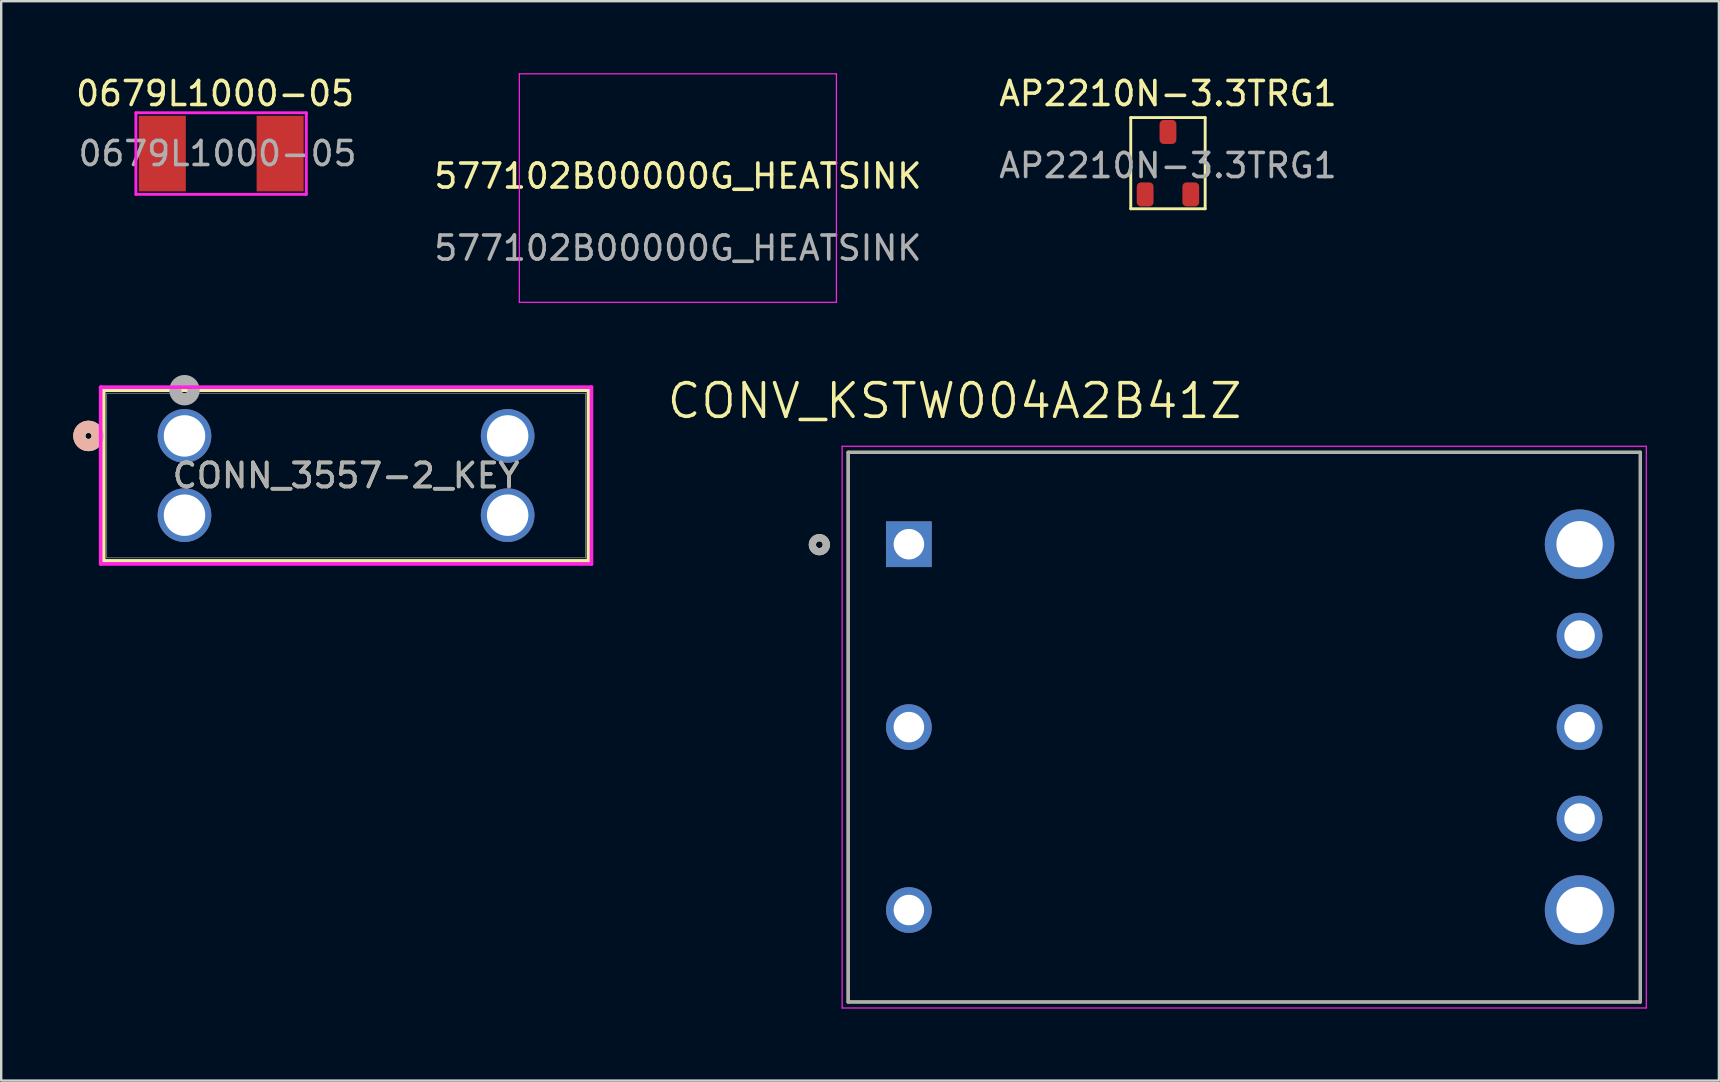
<source format=kicad_pcb>
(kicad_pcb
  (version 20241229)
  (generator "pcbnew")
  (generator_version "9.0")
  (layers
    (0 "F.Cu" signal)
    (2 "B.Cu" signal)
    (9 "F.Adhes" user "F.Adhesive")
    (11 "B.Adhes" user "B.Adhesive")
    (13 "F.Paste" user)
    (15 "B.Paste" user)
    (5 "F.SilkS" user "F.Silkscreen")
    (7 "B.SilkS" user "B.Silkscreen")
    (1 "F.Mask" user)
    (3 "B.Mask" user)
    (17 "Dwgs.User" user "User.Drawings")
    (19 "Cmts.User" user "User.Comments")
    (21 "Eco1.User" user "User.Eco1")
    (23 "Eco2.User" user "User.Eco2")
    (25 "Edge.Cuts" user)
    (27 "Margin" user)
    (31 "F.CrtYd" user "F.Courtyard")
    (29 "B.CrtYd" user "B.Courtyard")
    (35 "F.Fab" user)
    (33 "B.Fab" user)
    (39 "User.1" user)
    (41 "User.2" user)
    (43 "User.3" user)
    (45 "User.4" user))
  (footprint "CONV_KSTW004A2B41Z"
    (layer "F.Cu")
    (at 48.783 27.241)
    (property "Reference" "CONV_KSTW004A2B41Z" (at -12.065 -13.589 0) (layer "F.SilkS") (effects (font (size 1.4 1.4) (thickness 0.15))))
    (attr through_hole)
    (fp_line (start -16.5 -11.45) (end 16.5 -11.45) (stroke (width 0.127) (type solid)) (layer "F.SilkS"))
    (fp_line (start -16.5 11.45) (end -16.5 -11.45) (stroke (width 0.127) (type solid)) (layer "F.SilkS"))
    (fp_line (start 16.5 -11.45) (end 16.5 11.45) (stroke (width 0.127) (type solid)) (layer "F.SilkS"))
    (fp_line (start 16.5 11.45) (end -16.5 11.45) (stroke (width 0.127) (type solid)) (layer "F.SilkS"))
    (fp_circle (center -17.7 -7.6) (end -17.559 -7.6) (stroke (width 0.3) (type solid)) (fill no) (layer "F.SilkS"))
    (fp_line (start -16.75 -11.7) (end 16.75 -11.7) (stroke (width 0.05) (type solid)) (layer "F.CrtYd"))
    (fp_line (start -16.75 11.7) (end -16.75 -11.7) (stroke (width 0.05) (type solid)) (layer "F.CrtYd"))
    (fp_line (start 16.75 -11.7) (end 16.75 11.7) (stroke (width 0.05) (type solid)) (layer "F.CrtYd"))
    (fp_line (start 16.75 11.7) (end -16.75 11.7) (stroke (width 0.05) (type solid)) (layer "F.CrtYd"))
    (fp_line (start -16.5 -11.45) (end 16.5 -11.45) (stroke (width 0.127) (type solid)) (layer "F.Fab"))
    (fp_line (start -16.5 11.45) (end -16.5 -11.45) (stroke (width 0.127) (type solid)) (layer "F.Fab"))
    (fp_line (start 16.5 -11.45) (end 16.5 11.45) (stroke (width 0.127) (type solid)) (layer "F.Fab"))
    (fp_line (start 16.5 11.45) (end -16.5 11.45) (stroke (width 0.127) (type solid)) (layer "F.Fab"))
    (fp_circle (center -17.7 -7.6) (end -17.559 -7.6) (stroke (width 0.3) (type solid)) (fill no) (layer "F.Fab"))
    (pad "1" thru_hole rect (at -13.97 -7.62) (size 1.905 1.905) (drill 1.27) (layers "*.Cu" "*.Mask"))
    (pad "2" thru_hole circle (at -13.97 0) (size 1.905 1.905) (drill 1.27) (layers "*.Cu" "*.Mask"))
    (pad "3" thru_hole circle (at -13.97 7.62) (size 1.905 1.905) (drill 1.27) (layers "*.Cu" "*.Mask"))
    (pad "4" thru_hole circle (at 13.97 7.62) (size 2.896 2.896) (drill 1.93) (layers "*.Cu" "*.Mask"))
    (pad "5" thru_hole circle (at 13.97 3.81) (size 1.905 1.905) (drill 1.27) (layers "*.Cu" "*.Mask"))
    (pad "6" thru_hole circle (at 13.97 0) (size 1.905 1.905) (drill 1.27) (layers "*.Cu" "*.Mask"))
    (pad "7" thru_hole circle (at 13.97 -3.81) (size 1.905 1.905) (drill 1.27) (layers "*.Cu" "*.Mask"))
    (pad "8" thru_hole circle (at 13.97 -7.62) (size 2.896 2.896) (drill 1.93) (layers "*.Cu" "*.Mask"))
    (zone (net_name "") (layer "F.Cu") (hatch full 0.508) (connect_pads) (min_thickness 0.01) (filled_areas_thickness no) (keepout (tracks not_allowed) (vias not_allowed) (pads not_allowed) (copperpour not_allowed) (footprints allowed)) (placement (enabled no)) (fill) (polygon (pts (xy 37.283 15.791) (xy 42.583 15.791) (xy 42.583 19.191) (xy 37.283 19.191))))
    (zone (net_name "") (layer "F.Cu") (hatch full 0.508) (connect_pads) (min_thickness 0.01) (filled_areas_thickness no) (keepout (tracks not_allowed) (vias not_allowed) (pads not_allowed) (copperpour not_allowed) (footprints allowed)) (placement (enabled no)) (fill) (polygon (pts (xy 42.583 15.791) (xy 51.783 15.791) (xy 51.783 35.891) (xy 42.583 35.891))))
    (zone (net_name "") (layer "F.Cu") (hatch full 0.508) (connect_pads) (min_thickness 0.01) (filled_areas_thickness no) (keepout (tracks not_allowed) (vias not_allowed) (pads not_allowed) (copperpour not_allowed) (footprints allowed)) (placement (enabled no)) (fill) (polygon (pts (xy 51.783 15.791) (xy 60.183 15.791) (xy 60.183 20.591) (xy 51.783 20.591))))
    (zone (net_name "") (layers "F.Cu" "B.Cu") (hatch full 0.508) (connect_pads) (min_thickness 0.01) (filled_areas_thickness no) (keepout (tracks allowed) (vias not_allowed) (pads allowed) (copperpour allowed) (footprints allowed)) (placement (enabled no)) (fill) (polygon (pts (xy 37.283 15.791) (xy 42.583 15.791) (xy 42.583 19.191) (xy 37.283 19.191))))
    (zone (net_name "") (layers "F.Cu" "B.Cu") (hatch full 0.508) (connect_pads) (min_thickness 0.01) (filled_areas_thickness no) (keepout (tracks allowed) (vias not_allowed) (pads allowed) (copperpour allowed) (footprints allowed)) (placement (enabled no)) (fill) (polygon (pts (xy 42.583 15.791) (xy 51.783 15.791) (xy 51.783 35.891) (xy 42.583 35.891))))
    (zone (net_name "") (layers "F.Cu" "B.Cu") (hatch full 0.508) (connect_pads) (min_thickness 0.01) (filled_areas_thickness no) (keepout (tracks allowed) (vias not_allowed) (pads allowed) (copperpour allowed) (footprints allowed)) (placement (enabled no)) (fill) (polygon (pts (xy 51.783 15.791) (xy 60.183 15.791) (xy 60.183 20.591) (xy 51.783 20.591))))
    (zone (net_name "") (layer "B.Cu") (hatch full 0.508) (connect_pads) (min_thickness 0.01) (filled_areas_thickness no) (keepout (tracks not_allowed) (vias not_allowed) (pads not_allowed) (copperpour not_allowed) (footprints allowed)) (placement (enabled no)) (fill) (polygon (pts (xy 37.283 15.791) (xy 42.583 15.791) (xy 42.583 19.191) (xy 37.283 19.191))))
    (zone (net_name "") (layer "B.Cu") (hatch full 0.508) (connect_pads) (min_thickness 0.01) (filled_areas_thickness no) (keepout (tracks not_allowed) (vias not_allowed) (pads not_allowed) (copperpour not_allowed) (footprints allowed)) (placement (enabled no)) (fill) (polygon (pts (xy 42.583 15.791) (xy 51.783 15.791) (xy 51.783 35.891) (xy 42.583 35.891))))
    (zone (net_name "") (layer "B.Cu") (hatch full 0.508) (connect_pads) (min_thickness 0.01) (filled_areas_thickness no) (keepout (tracks not_allowed) (vias not_allowed) (pads not_allowed) (copperpour not_allowed) (footprints allowed)) (placement (enabled no)) (fill) (polygon (pts (xy 51.783 15.791) (xy 60.183 15.791) (xy 60.183 20.591) (xy 51.783 20.591)))))
  (footprint "0679L1000-05"
    (layer "F.Cu")
    (at 3.711 3.348)
    (property "Reference" "0679L1000-05" (at 2.2 -2.5 0) (unlocked yes) (layer "F.SilkS") (effects (font (size 1 1) (thickness 0.15))))
    (attr smd)
    (fp_line (start -1.1 -1.7) (end -1.1 1.7) (stroke (width 0.12) (type solid)) (layer "F.CrtYd"))
    (fp_line (start -1.1 1.7) (end 6 1.7) (stroke (width 0.12) (type solid)) (layer "F.CrtYd"))
    (fp_line (start 6 -1.7) (end -1.1 -1.7) (stroke (width 0.12) (type solid)) (layer "F.CrtYd"))
    (fp_line (start 6 -1.7) (end 6 1.7) (stroke (width 0.12) (type solid)) (layer "F.CrtYd"))
    (fp_text user "${REFERENCE}" (at 2.3 0 0) (unlocked yes) (layer "F.Fab") (effects (font (size 1 1) (thickness 0.15))))
    (pad "1" smd rect (at 0 0) (size 1.96 3.15) (layers "F.Cu" "F.Mask" "F.Paste"))
    (pad "2" smd rect (at 4.91 0) (size 1.96 3.15) (layers "F.Cu" "F.Mask" "F.Paste")))
  (footprint "577102B00000G_HEATSINK"
    (layer "F.Cu")
    (at 25.189 4.785)
    (property "Reference" "577102B00000G_HEATSINK" (at 0 -0.5 0) (unlocked yes) (layer "F.SilkS") (effects (font (size 1 1) (thickness 0.15))))
    (attr smd)
    (fp_line (start -6.605 -4.76) (end 6.605 -4.76) (stroke (width 0.05) (type solid)) (layer "F.CrtYd"))
    (fp_line (start -6.605 4.76) (end -6.605 -4.76) (stroke (width 0.05) (type solid)) (layer "F.CrtYd"))
    (fp_line (start 6.605 -4.76) (end 6.605 4.76) (stroke (width 0.05) (type solid)) (layer "F.CrtYd"))
    (fp_line (start 6.605 4.76) (end -6.605 4.76) (stroke (width 0.05) (type solid)) (layer "F.CrtYd"))
    (fp_text user "${REFERENCE}" (at 0 2.5 0) (unlocked yes) (layer "F.Fab") (effects (font (size 1 1) (thickness 0.15)))))
  (footprint "AP2210N-3.3TRG1"
    (layer "F.Cu")
    (at 45.606 2.448)
    (property "Reference" "AP2210N-3.3TRG1" (at 0 -1.6 0) (unlocked yes) (layer "F.SilkS") (effects (font (size 1 1) (thickness 0.15))))
    (attr smd)
    (fp_line (start -1.55 -0.6) (end -1.55 3.2) (stroke (width 0.12) (type solid)) (layer "F.SilkS"))
    (fp_line (start -1.55 -0.6) (end 1.55 -0.6) (stroke (width 0.12) (type solid)) (layer "F.SilkS"))
    (fp_line (start -1.55 3.2) (end 1.55 3.2) (stroke (width 0.12) (type solid)) (layer "F.SilkS"))
    (fp_line (start 1.55 3.2) (end 1.55 -0.6) (stroke (width 0.12) (type solid)) (layer "F.SilkS"))
    (fp_text user "${REFERENCE}" (at 0 1.4 0) (unlocked yes) (layer "F.Fab") (effects (font (size 1 1) (thickness 0.15))))
    (pad "1" smd roundrect (at -0.95 2.6) (size 0.7 1) (layers "F.Cu" "F.Mask" "F.Paste") (roundrect_rratio 0.25))
    (pad "2" smd roundrect (at 0.95 2.6) (size 0.7 1) (layers "F.Cu" "F.Mask" "F.Paste") (roundrect_rratio 0.25))
    (pad "3" smd roundrect (at 0 0) (size 0.7 1) (layers "F.Cu" "F.Mask" "F.Paste") (roundrect_rratio 0.25)))
  (footprint "CONN_3557-2_KEY"
    (layer "F.Cu")
    (at 4.636 15.11)
    (property "Reference" "CONN_3557-2_KEY" (at 6.731 1.651 0) (unlocked yes) (layer "F.SilkS") (effects (font (size 1 1) (thickness 0.15))))
    (attr through_hole)
    (fp_line (start -3.365 -1.905) (end -3.365 5.207) (stroke (width 0.152) (type solid)) (layer "F.SilkS"))
    (fp_line (start -3.365 5.207) (end 16.828 5.207) (stroke (width 0.152) (type solid)) (layer "F.SilkS"))
    (fp_line (start 16.828 -1.905) (end -3.365 -1.905) (stroke (width 0.152) (type solid)) (layer "F.SilkS"))
    (fp_line (start 16.828 5.207) (end 16.828 -1.905) (stroke (width 0.152) (type solid)) (layer "F.SilkS"))
    (fp_circle (center -4 0) (end -3.619 0) (stroke (width 0.508) (type solid)) (fill no) (layer "F.SilkS"))
    (fp_circle (center -4 0) (end -3.619 0) (stroke (width 0.508) (type solid)) (fill no) (layer "B.SilkS"))
    (fp_line (start -3.493 -2.032) (end -3.493 5.334) (stroke (width 0.152) (type solid)) (layer "F.CrtYd"))
    (fp_line (start -3.493 5.334) (end 16.954 5.334) (stroke (width 0.152) (type solid)) (layer "F.CrtYd"))
    (fp_line (start 16.954 -2.032) (end -3.493 -2.032) (stroke (width 0.152) (type solid)) (layer "F.CrtYd"))
    (fp_line (start 16.954 5.334) (end 16.954 -2.032) (stroke (width 0.152) (type solid)) (layer "F.CrtYd"))
    (fp_line (start -3.239 -1.778) (end -3.239 5.08) (stroke (width 0.025) (type solid)) (layer "F.Fab"))
    (fp_line (start -3.239 5.08) (end 16.701 5.08) (stroke (width 0.025) (type solid)) (layer "F.Fab"))
    (fp_line (start 16.701 -1.778) (end -3.239 -1.778) (stroke (width 0.025) (type solid)) (layer "F.Fab"))
    (fp_line (start 16.701 5.08) (end 16.701 -1.778) (stroke (width 0.025) (type solid)) (layer "F.Fab"))
    (fp_circle (center 0 -1.905) (end 0.381 -1.905) (stroke (width 0.508) (type solid)) (fill no) (layer "F.Fab"))
    (fp_text user "${REFERENCE}" (at 6.731 1.651 0) (unlocked yes) (layer "F.Fab") (effects (font (size 1 1) (thickness 0.15))))
    (pad "1" thru_hole circle (at 0 0) (size 2.235 2.235) (drill 1.727) (layers "*.Cu" "*.Mask"))
    (pad "2" thru_hole circle (at 0 3.302) (size 2.235 2.235) (drill 1.727) (layers "*.Cu" "*.Mask"))
    (pad "3" thru_hole circle (at 13.462 0) (size 2.235 2.235) (drill 1.727) (layers "*.Cu" "*.Mask"))
    (pad "4" thru_hole circle (at 13.462 3.302) (size 2.235 2.235) (drill 1.727) (layers "*.Cu" "*.Mask")))
  (gr_rect
    (start -3 -3)
    (end 68.558 41.966)
    (stroke (width 0.1) (type default))
    (fill no)
    (layer "Edge.Cuts")))
</source>
